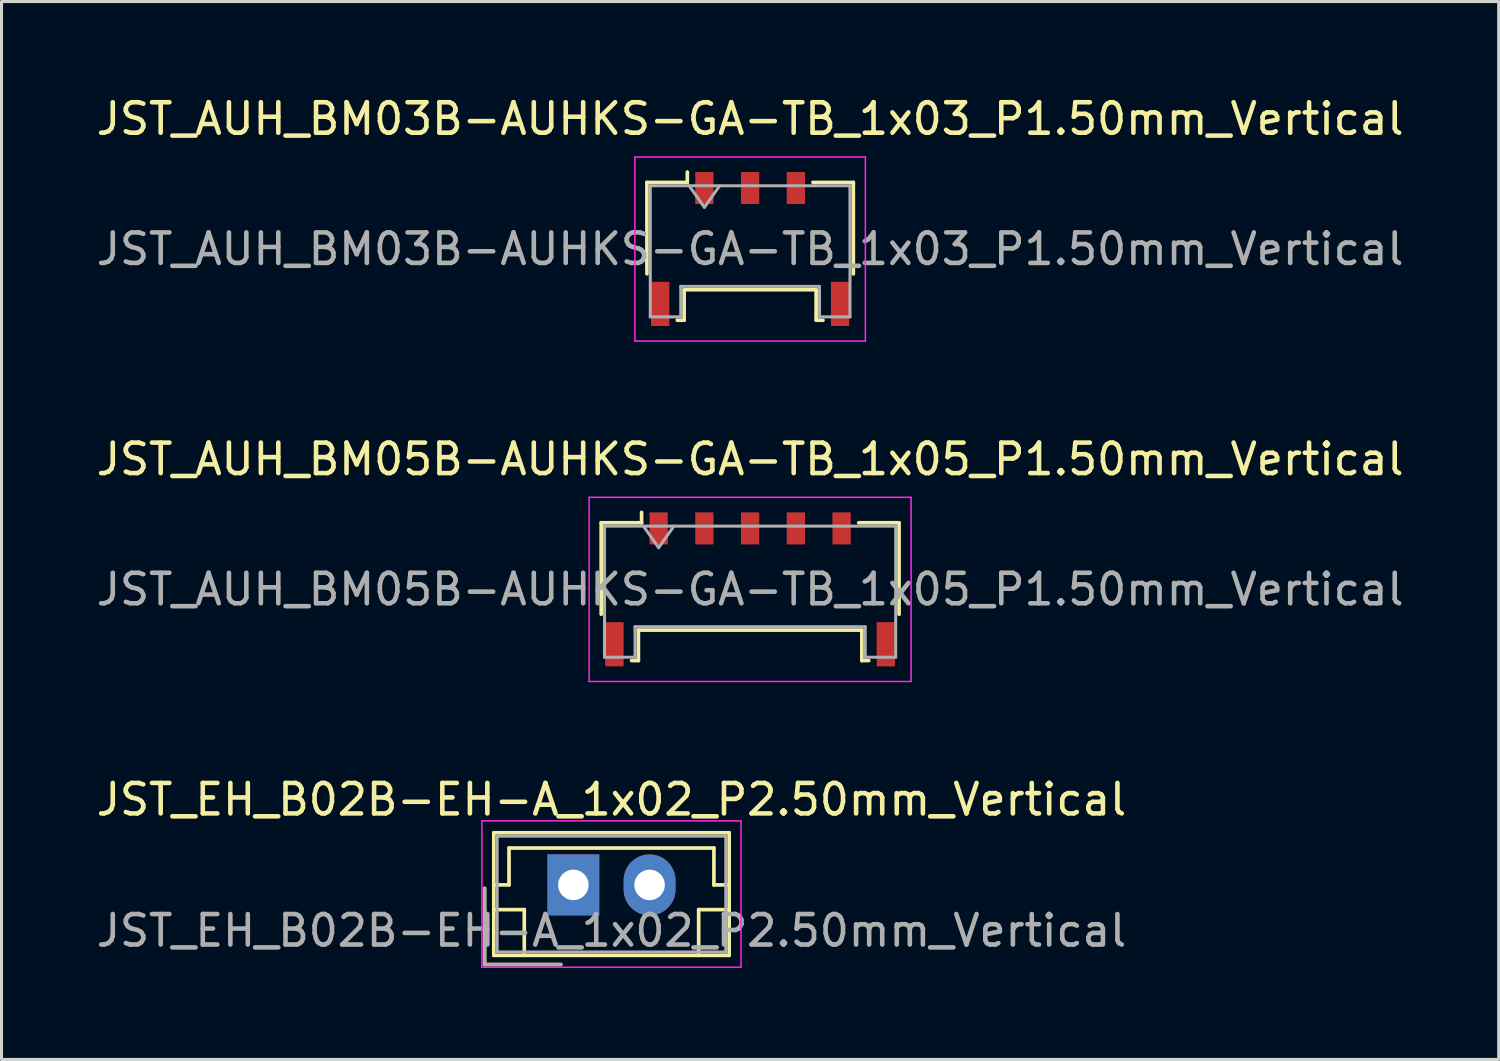
<source format=kicad_pcb>
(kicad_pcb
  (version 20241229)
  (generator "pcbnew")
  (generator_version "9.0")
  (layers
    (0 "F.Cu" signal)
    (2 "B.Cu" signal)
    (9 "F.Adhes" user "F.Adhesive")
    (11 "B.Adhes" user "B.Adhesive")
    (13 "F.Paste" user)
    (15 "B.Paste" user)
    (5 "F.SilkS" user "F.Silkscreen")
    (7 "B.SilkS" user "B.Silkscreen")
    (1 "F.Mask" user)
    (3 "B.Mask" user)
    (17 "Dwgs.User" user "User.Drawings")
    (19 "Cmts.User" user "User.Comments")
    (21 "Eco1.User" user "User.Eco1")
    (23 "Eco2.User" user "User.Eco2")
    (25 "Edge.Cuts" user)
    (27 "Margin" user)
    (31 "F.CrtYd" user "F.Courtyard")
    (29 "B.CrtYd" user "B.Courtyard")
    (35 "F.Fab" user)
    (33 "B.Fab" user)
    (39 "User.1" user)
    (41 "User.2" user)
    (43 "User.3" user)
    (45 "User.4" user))
  (footprint "JST_AUH_BM03B-AUHKS-GA-TB_1x03_P1.50mm_Vertical"
    (layer "F.Cu")
    (at 21.554 5.118)
    (property "Reference" "JST_AUH_BM03B-AUHKS-GA-TB_1x03_P1.50mm_Vertical" (at 0 -4.27 0) (layer "F.SilkS") (effects (font (size 1 1) (thickness 0.15))))
    (attr smd)
    (fp_line (start -3.385 -2.185) (end -2.06 -2.185) (stroke (width 0.12) (type solid)) (layer "F.SilkS"))
    (fp_line (start -3.385 0.815) (end -3.385 -2.185) (stroke (width 0.12) (type solid)) (layer "F.SilkS"))
    (fp_line (start -2.39 2.335) (end -2.165 2.335) (stroke (width 0.12) (type solid)) (layer "F.SilkS"))
    (fp_line (start -2.165 1.335) (end 2.165 1.335) (stroke (width 0.12) (type solid)) (layer "F.SilkS"))
    (fp_line (start -2.165 2.335) (end -2.165 1.335) (stroke (width 0.12) (type solid)) (layer "F.SilkS"))
    (fp_line (start -2.06 -2.185) (end -2.06 -2.525) (stroke (width 0.12) (type solid)) (layer "F.SilkS"))
    (fp_line (start 2.165 1.335) (end 2.165 2.335) (stroke (width 0.12) (type solid)) (layer "F.SilkS"))
    (fp_line (start 2.165 2.335) (end 2.39 2.335) (stroke (width 0.12) (type solid)) (layer "F.SilkS"))
    (fp_line (start 3.385 -2.185) (end 2.06 -2.185) (stroke (width 0.12) (type solid)) (layer "F.SilkS"))
    (fp_line (start 3.385 0.815) (end 3.385 -2.185) (stroke (width 0.12) (type solid)) (layer "F.SilkS"))
    (fp_line (start -3.78 -3.02) (end -3.78 3.02) (stroke (width 0.05) (type solid)) (layer "F.CrtYd"))
    (fp_line (start -3.78 3.02) (end 3.78 3.02) (stroke (width 0.05) (type solid)) (layer "F.CrtYd"))
    (fp_line (start 3.78 -3.02) (end -3.78 -3.02) (stroke (width 0.05) (type solid)) (layer "F.CrtYd"))
    (fp_line (start 3.78 3.02) (end 3.78 -3.02) (stroke (width 0.05) (type solid)) (layer "F.CrtYd"))
    (fp_line (start -3.275 -2.075) (end -3.275 2.225) (stroke (width 0.1) (type solid)) (layer "F.Fab"))
    (fp_line (start -3.275 -2.075) (end 3.275 -2.075) (stroke (width 0.1) (type solid)) (layer "F.Fab"))
    (fp_line (start -3.275 2.225) (end -2.275 2.225) (stroke (width 0.1) (type solid)) (layer "F.Fab"))
    (fp_line (start -2.275 1.225) (end 2.275 1.225) (stroke (width 0.1) (type solid)) (layer "F.Fab"))
    (fp_line (start -2.275 2.225) (end -2.275 1.225) (stroke (width 0.1) (type solid)) (layer "F.Fab"))
    (fp_line (start -2 -2.075) (end -1.5 -1.368) (stroke (width 0.1) (type solid)) (layer "F.Fab"))
    (fp_line (start -1.5 -1.368) (end -1 -2.075) (stroke (width 0.1) (type solid)) (layer "F.Fab"))
    (fp_line (start 2.275 1.225) (end 2.275 2.225) (stroke (width 0.1) (type solid)) (layer "F.Fab"))
    (fp_line (start 2.275 2.225) (end 3.275 2.225) (stroke (width 0.1) (type solid)) (layer "F.Fab"))
    (fp_line (start 3.275 -2.075) (end 3.275 2.225) (stroke (width 0.1) (type solid)) (layer "F.Fab"))
    (fp_text user "${REFERENCE}" (at 0 0 0) (layer "F.Fab") (effects (font (size 1 1) (thickness 0.15))))
    (pad "" smd rect (at -2.95 1.8) (size 0.6 1.45) (layers "F.Cu" "F.Mask" "F.Paste"))
    (pad "" smd rect (at 2.95 1.8) (size 0.6 1.45) (layers "F.Cu" "F.Mask" "F.Paste"))
    (pad "1" smd rect (at -1.5 -2) (size 0.6 1.05) (layers "F.Cu" "F.Mask" "F.Paste"))
    (pad "2" smd rect (at 0 -2) (size 0.6 1.05) (layers "F.Cu" "F.Mask" "F.Paste"))
    (pad "3" smd rect (at 1.5 -2) (size 0.6 1.05) (layers "F.Cu" "F.Mask" "F.Paste")))
  (footprint "JST_EH_B02B-EH-A_1x02_P2.50mm_Vertical"
    (layer "F.Cu")
    (at 15.756 25.975)
    (property "Reference" "JST_EH_B02B-EH-A_1x02_P2.50mm_Vertical" (at 1.25 -2.8 0) (layer "F.SilkS") (effects (font (size 1 1) (thickness 0.15))))
    (attr through_hole)
    (fp_line (start -2.91 0.11) (end -2.91 2.61) (stroke (width 0.12) (type solid)) (layer "F.SilkS"))
    (fp_line (start -2.91 2.61) (end -0.41 2.61) (stroke (width 0.12) (type solid)) (layer "F.SilkS"))
    (fp_line (start -2.61 -1.71) (end -2.61 2.31) (stroke (width 0.12) (type solid)) (layer "F.SilkS"))
    (fp_line (start -2.61 0) (end -2.11 0) (stroke (width 0.12) (type solid)) (layer "F.SilkS"))
    (fp_line (start -2.61 0.81) (end -1.61 0.81) (stroke (width 0.12) (type solid)) (layer "F.SilkS"))
    (fp_line (start -2.61 2.31) (end 5.11 2.31) (stroke (width 0.12) (type solid)) (layer "F.SilkS"))
    (fp_line (start -2.11 -1.21) (end 4.61 -1.21) (stroke (width 0.12) (type solid)) (layer "F.SilkS"))
    (fp_line (start -2.11 0) (end -2.11 -1.21) (stroke (width 0.12) (type solid)) (layer "F.SilkS"))
    (fp_line (start -1.61 0.81) (end -1.61 2.31) (stroke (width 0.12) (type solid)) (layer "F.SilkS"))
    (fp_line (start 4.11 0.81) (end 4.11 2.31) (stroke (width 0.12) (type solid)) (layer "F.SilkS"))
    (fp_line (start 4.61 -1.21) (end 4.61 0) (stroke (width 0.12) (type solid)) (layer "F.SilkS"))
    (fp_line (start 4.61 0) (end 5.11 0) (stroke (width 0.12) (type solid)) (layer "F.SilkS"))
    (fp_line (start 5.11 -1.71) (end -2.61 -1.71) (stroke (width 0.12) (type solid)) (layer "F.SilkS"))
    (fp_line (start 5.11 0.81) (end 4.11 0.81) (stroke (width 0.12) (type solid)) (layer "F.SilkS"))
    (fp_line (start 5.11 2.31) (end 5.11 -1.71) (stroke (width 0.12) (type solid)) (layer "F.SilkS"))
    (fp_line (start -3 -2.1) (end -3 2.7) (stroke (width 0.05) (type solid)) (layer "F.CrtYd"))
    (fp_line (start -3 2.7) (end 5.5 2.7) (stroke (width 0.05) (type solid)) (layer "F.CrtYd"))
    (fp_line (start 5.5 -2.1) (end -3 -2.1) (stroke (width 0.05) (type solid)) (layer "F.CrtYd"))
    (fp_line (start 5.5 2.7) (end 5.5 -2.1) (stroke (width 0.05) (type solid)) (layer "F.CrtYd"))
    (fp_line (start -2.91 0.11) (end -2.91 2.61) (stroke (width 0.1) (type solid)) (layer "F.Fab"))
    (fp_line (start -2.91 2.61) (end -0.41 2.61) (stroke (width 0.1) (type solid)) (layer "F.Fab"))
    (fp_line (start -2.5 -1.6) (end -2.5 2.2) (stroke (width 0.1) (type solid)) (layer "F.Fab"))
    (fp_line (start -2.5 2.2) (end 5 2.2) (stroke (width 0.1) (type solid)) (layer "F.Fab"))
    (fp_line (start 5 -1.6) (end -2.5 -1.6) (stroke (width 0.1) (type solid)) (layer "F.Fab"))
    (fp_line (start 5 2.2) (end 5 -1.6) (stroke (width 0.1) (type solid)) (layer "F.Fab"))
    (fp_text user "${REFERENCE}" (at 1.25 1.5 0) (layer "F.Fab") (effects (font (size 1 1) (thickness 0.15))))
    (pad "1" thru_hole rect (at 0 0) (size 1.7 2) (drill 1) (layers "*.Cu" "*.Mask"))
    (pad "2" thru_hole oval (at 2.5 0) (size 1.7 2) (drill 1) (layers "*.Cu" "*.Mask")))
  (footprint "JST_AUH_BM05B-AUHKS-GA-TB_1x05_P1.50mm_Vertical"
    (layer "F.Cu")
    (at 21.554 16.282)
    (property "Reference" "JST_AUH_BM05B-AUHKS-GA-TB_1x05_P1.50mm_Vertical" (at 0 -4.27 0) (layer "F.SilkS") (effects (font (size 1 1) (thickness 0.15))))
    (attr smd)
    (fp_line (start -4.885 -2.185) (end -3.56 -2.185) (stroke (width 0.12) (type solid)) (layer "F.SilkS"))
    (fp_line (start -4.885 0.815) (end -4.885 -2.185) (stroke (width 0.12) (type solid)) (layer "F.SilkS"))
    (fp_line (start -3.89 2.335) (end -3.665 2.335) (stroke (width 0.12) (type solid)) (layer "F.SilkS"))
    (fp_line (start -3.665 1.335) (end 3.665 1.335) (stroke (width 0.12) (type solid)) (layer "F.SilkS"))
    (fp_line (start -3.665 2.335) (end -3.665 1.335) (stroke (width 0.12) (type solid)) (layer "F.SilkS"))
    (fp_line (start -3.56 -2.185) (end -3.56 -2.525) (stroke (width 0.12) (type solid)) (layer "F.SilkS"))
    (fp_line (start 3.665 1.335) (end 3.665 2.335) (stroke (width 0.12) (type solid)) (layer "F.SilkS"))
    (fp_line (start 3.665 2.335) (end 3.89 2.335) (stroke (width 0.12) (type solid)) (layer "F.SilkS"))
    (fp_line (start 4.885 -2.185) (end 3.56 -2.185) (stroke (width 0.12) (type solid)) (layer "F.SilkS"))
    (fp_line (start 4.885 0.815) (end 4.885 -2.185) (stroke (width 0.12) (type solid)) (layer "F.SilkS"))
    (fp_line (start -5.28 -3.02) (end -5.28 3.02) (stroke (width 0.05) (type solid)) (layer "F.CrtYd"))
    (fp_line (start -5.28 3.02) (end 5.28 3.02) (stroke (width 0.05) (type solid)) (layer "F.CrtYd"))
    (fp_line (start 5.28 -3.02) (end -5.28 -3.02) (stroke (width 0.05) (type solid)) (layer "F.CrtYd"))
    (fp_line (start 5.28 3.02) (end 5.28 -3.02) (stroke (width 0.05) (type solid)) (layer "F.CrtYd"))
    (fp_line (start -4.775 -2.075) (end -4.775 2.225) (stroke (width 0.1) (type solid)) (layer "F.Fab"))
    (fp_line (start -4.775 -2.075) (end 4.775 -2.075) (stroke (width 0.1) (type solid)) (layer "F.Fab"))
    (fp_line (start -4.775 2.225) (end -3.775 2.225) (stroke (width 0.1) (type solid)) (layer "F.Fab"))
    (fp_line (start -3.775 1.225) (end 3.775 1.225) (stroke (width 0.1) (type solid)) (layer "F.Fab"))
    (fp_line (start -3.775 2.225) (end -3.775 1.225) (stroke (width 0.1) (type solid)) (layer "F.Fab"))
    (fp_line (start -3.5 -2.075) (end -3 -1.368) (stroke (width 0.1) (type solid)) (layer "F.Fab"))
    (fp_line (start -3 -1.368) (end -2.5 -2.075) (stroke (width 0.1) (type solid)) (layer "F.Fab"))
    (fp_line (start 3.775 1.225) (end 3.775 2.225) (stroke (width 0.1) (type solid)) (layer "F.Fab"))
    (fp_line (start 3.775 2.225) (end 4.775 2.225) (stroke (width 0.1) (type solid)) (layer "F.Fab"))
    (fp_line (start 4.775 -2.075) (end 4.775 2.225) (stroke (width 0.1) (type solid)) (layer "F.Fab"))
    (fp_text user "${REFERENCE}" (at 0 0 0) (layer "F.Fab") (effects (font (size 1 1) (thickness 0.15))))
    (pad "" smd rect (at -4.45 1.8) (size 0.6 1.45) (layers "F.Cu" "F.Mask" "F.Paste"))
    (pad "" smd rect (at 4.45 1.8) (size 0.6 1.45) (layers "F.Cu" "F.Mask" "F.Paste"))
    (pad "1" smd rect (at -3 -2) (size 0.6 1.05) (layers "F.Cu" "F.Mask" "F.Paste"))
    (pad "2" smd rect (at -1.5 -2) (size 0.6 1.05) (layers "F.Cu" "F.Mask" "F.Paste"))
    (pad "3" smd rect (at 0 -2) (size 0.6 1.05) (layers "F.Cu" "F.Mask" "F.Paste"))
    (pad "4" smd rect (at 1.5 -2) (size 0.6 1.05) (layers "F.Cu" "F.Mask" "F.Paste"))
    (pad "5" smd rect (at 3 -2) (size 0.6 1.05) (layers "F.Cu" "F.Mask" "F.Paste")))
  (gr_rect
    (start -3 -3)
    (end 46.107 31.7)
    (stroke (width 0.1) (type default))
    (fill no)
    (layer "Edge.Cuts")))
</source>
